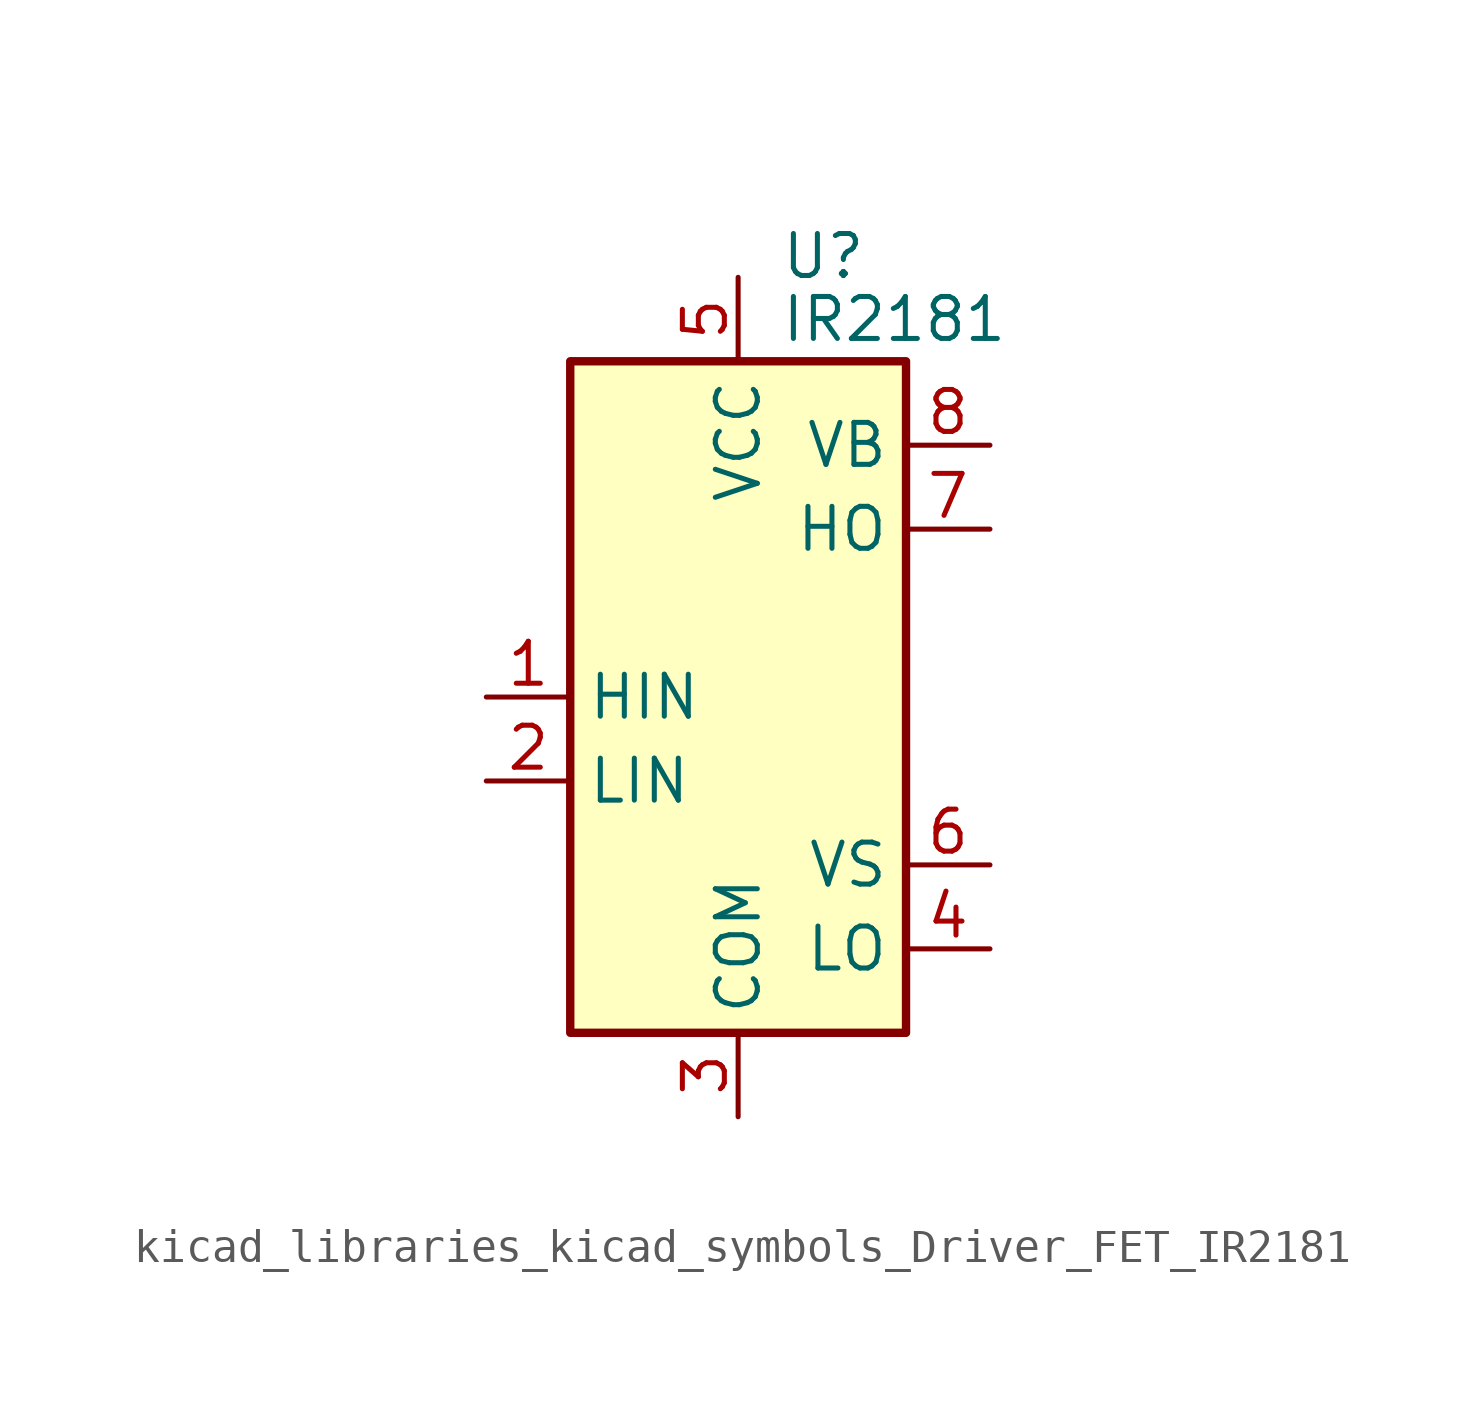
<source format=kicad_sym>
(kicad_symbol_lib
  (version 20220914)
  (generator kicad_symbol_editor)
  (symbol "kicad_libraries_kicad_symbols_Driver_FET_IR2181"
    (property "Reference" "U"
      (at 1.27 13.335 0)
      (effects (font (size 1.27 1.27)) (justify left)))
    (property "Value" "IR2181"
      (at 1.27 11.43 0)
      (effects (font (size 1.27 1.27)) (justify left)))
    (symbol "kicad_libraries_kicad_symbols_Driver_FET_IR2181_0_1"
      (rectangle (start -5.08 -10.16) (end 5.08 10.16) (stroke (width 0.254) (type default)) (fill (type background))))
    (symbol "kicad_libraries_kicad_symbols_Driver_FET_IR2181_1_1"
      (pin input line (at -7.62 0 0) (length 2.54) (name "HIN" (effects (font (size 1.27 1.27)))) (number "1" (effects (font (size 1.27 1.27)))))
      (pin input line (at -7.62 -2.54 0) (length 2.54) (name "LIN" (effects (font (size 1.27 1.27)))) (number "2" (effects (font (size 1.27 1.27)))))
      (pin power_in line (at 0 -12.7 90) (length 2.54) (name "COM" (effects (font (size 1.27 1.27)))) (number "3" (effects (font (size 1.27 1.27)))))
      (pin output line (at 7.62 -7.62 180) (length 2.54) (name "LO" (effects (font (size 1.27 1.27)))) (number "4" (effects (font (size 1.27 1.27)))))
      (pin power_in line (at 0 12.7 270) (length 2.54) (name "VCC" (effects (font (size 1.27 1.27)))) (number "5" (effects (font (size 1.27 1.27)))))
      (pin passive line (at 7.62 -5.08 180) (length 2.54) (name "VS" (effects (font (size 1.27 1.27)))) (number "6" (effects (font (size 1.27 1.27)))))
      (pin output line (at 7.62 5.08 180) (length 2.54) (name "HO" (effects (font (size 1.27 1.27)))) (number "7" (effects (font (size 1.27 1.27)))))
      (pin passive line (at 7.62 7.62 180) (length 2.54) (name "VB" (effects (font (size 1.27 1.27)))) (number "8" (effects (font (size 1.27 1.27))))))))
</source>
